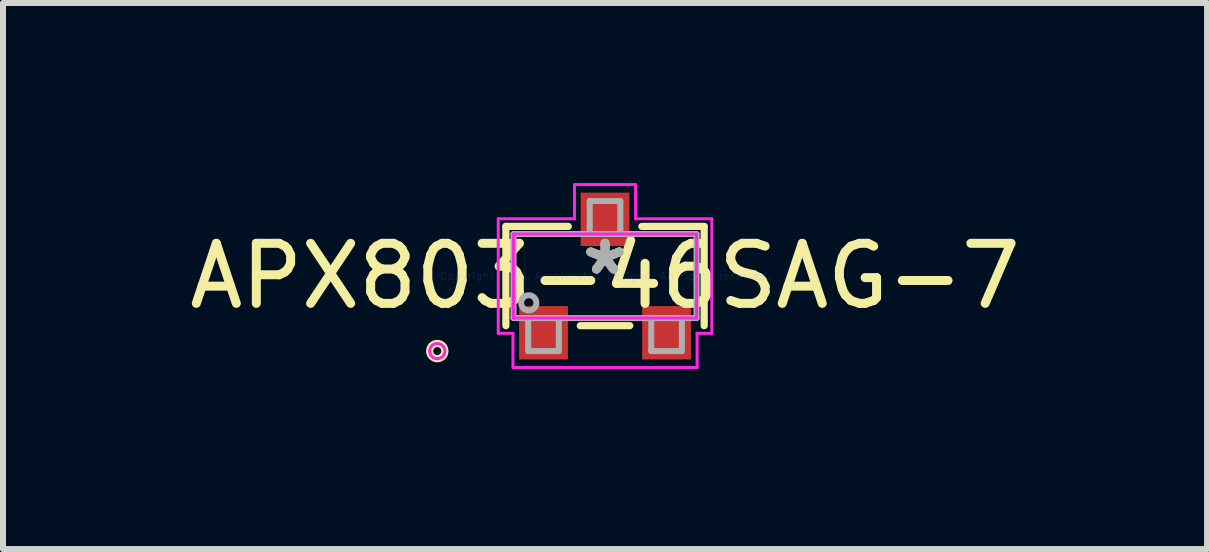
<source format=kicad_pcb>
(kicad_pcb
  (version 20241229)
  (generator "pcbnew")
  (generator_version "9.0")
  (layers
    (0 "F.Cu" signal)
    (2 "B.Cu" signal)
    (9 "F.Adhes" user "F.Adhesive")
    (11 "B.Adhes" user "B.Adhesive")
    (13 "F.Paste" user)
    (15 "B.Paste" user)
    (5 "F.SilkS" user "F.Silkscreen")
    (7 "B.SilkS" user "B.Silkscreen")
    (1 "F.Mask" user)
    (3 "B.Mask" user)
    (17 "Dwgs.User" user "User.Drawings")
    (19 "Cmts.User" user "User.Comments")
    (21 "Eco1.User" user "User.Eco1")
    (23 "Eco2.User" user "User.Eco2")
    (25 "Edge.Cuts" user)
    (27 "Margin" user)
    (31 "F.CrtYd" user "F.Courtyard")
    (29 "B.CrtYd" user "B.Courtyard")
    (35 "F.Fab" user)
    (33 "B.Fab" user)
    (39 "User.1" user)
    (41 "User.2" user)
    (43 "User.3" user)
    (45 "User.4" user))
  (footprint "APX803-46SAG-7"
    (layer "F.Cu")
    (at 7.03 1.549)
    (property "Reference" "APX803-46SAG-7" (at 0 0 0) (layer "F.SilkS") (effects (font (size 1 1) (thickness 0.15))))
    (attr through_hole)
    (fp_line (start -1.652 -0.827) (end -1.652 0.827) (stroke (width 0.12) (type solid)) (layer "F.SilkS"))
    (fp_line (start -0.613 -0.827) (end -1.652 -0.827) (stroke (width 0.12) (type solid)) (layer "F.SilkS"))
    (fp_line (start -0.412 0.827) (end 0.412 0.827) (stroke (width 0.12) (type solid)) (layer "F.SilkS"))
    (fp_line (start 1.652 -0.827) (end 0.613 -0.827) (stroke (width 0.12) (type solid)) (layer "F.SilkS"))
    (fp_line (start 1.652 0.827) (end 1.652 -0.827) (stroke (width 0.12) (type solid)) (layer "F.SilkS"))
    (fp_circle (center -2.795 1.25) (end -2.668 1.25) (stroke (width 0.12) (type solid)) (fill no) (layer "F.SilkS"))
    (fp_line (start -1.779 -0.954) (end -0.509 -0.954) (stroke (width 0.05) (type solid)) (layer "F.CrtYd"))
    (fp_line (start -1.779 0.954) (end -1.779 -0.954) (stroke (width 0.05) (type solid)) (layer "F.CrtYd"))
    (fp_line (start -1.534 0.954) (end -1.779 0.954) (stroke (width 0.05) (type solid)) (layer "F.CrtYd"))
    (fp_line (start -1.534 1.524) (end -1.534 0.954) (stroke (width 0.05) (type solid)) (layer "F.CrtYd"))
    (fp_line (start -1.525 -0.7) (end 1.525 -0.7) (stroke (width 0.05) (type solid)) (layer "F.CrtYd"))
    (fp_line (start -1.525 0.7) (end -1.525 -0.7) (stroke (width 0.05) (type solid)) (layer "F.CrtYd"))
    (fp_line (start -0.509 -1.524) (end 0.508 -1.524) (stroke (width 0.05) (type solid)) (layer "F.CrtYd"))
    (fp_line (start -0.509 -0.954) (end -0.509 -1.524) (stroke (width 0.05) (type solid)) (layer "F.CrtYd"))
    (fp_line (start 0.508 -1.524) (end 0.509 -0.954) (stroke (width 0.05) (type solid)) (layer "F.CrtYd"))
    (fp_line (start 0.509 -0.954) (end 1.779 -0.954) (stroke (width 0.05) (type solid)) (layer "F.CrtYd"))
    (fp_line (start 1.525 -0.7) (end 1.525 0.7) (stroke (width 0.05) (type solid)) (layer "F.CrtYd"))
    (fp_line (start 1.525 0.7) (end -1.525 0.7) (stroke (width 0.05) (type solid)) (layer "F.CrtYd"))
    (fp_line (start 1.534 0.954) (end 1.534 1.524) (stroke (width 0.05) (type solid)) (layer "F.CrtYd"))
    (fp_line (start 1.534 1.524) (end -1.534 1.524) (stroke (width 0.05) (type solid)) (layer "F.CrtYd"))
    (fp_line (start 1.779 -0.954) (end 1.779 0.954) (stroke (width 0.05) (type solid)) (layer "F.CrtYd"))
    (fp_line (start 1.779 0.954) (end 1.534 0.954) (stroke (width 0.05) (type solid)) (layer "F.CrtYd"))
    (fp_circle (center -2.795 1.25) (end -2.668 1.25) (stroke (width 0.05) (type solid)) (fill no) (layer "F.CrtYd"))
    (fp_line (start -1.525 -0.7) (end -1.525 0.7) (stroke (width 0.1) (type solid)) (layer "F.Fab"))
    (fp_line (start -1.525 0.7) (end 1.525 0.7) (stroke (width 0.1) (type solid)) (layer "F.Fab"))
    (fp_line (start -1.28 0.7) (end -1.28 1.25) (stroke (width 0.1) (type solid)) (layer "F.Fab"))
    (fp_line (start -1.28 1.25) (end -0.77 1.25) (stroke (width 0.1) (type solid)) (layer "F.Fab"))
    (fp_line (start -0.77 0.7) (end -1.28 0.7) (stroke (width 0.1) (type solid)) (layer "F.Fab"))
    (fp_line (start -0.77 1.25) (end -0.77 0.7) (stroke (width 0.1) (type solid)) (layer "F.Fab"))
    (fp_line (start -0.255 -1.25) (end -0.255 -0.7) (stroke (width 0.1) (type solid)) (layer "F.Fab"))
    (fp_line (start -0.255 -0.7) (end 0.255 -0.7) (stroke (width 0.1) (type solid)) (layer "F.Fab"))
    (fp_line (start 0.255 -1.25) (end -0.255 -1.25) (stroke (width 0.1) (type solid)) (layer "F.Fab"))
    (fp_line (start 0.255 -0.7) (end 0.255 -1.25) (stroke (width 0.1) (type solid)) (layer "F.Fab"))
    (fp_line (start 0.77 0.7) (end 0.77 1.25) (stroke (width 0.1) (type solid)) (layer "F.Fab"))
    (fp_line (start 0.77 1.25) (end 1.28 1.25) (stroke (width 0.1) (type solid)) (layer "F.Fab"))
    (fp_line (start 1.28 0.7) (end 0.77 0.7) (stroke (width 0.1) (type solid)) (layer "F.Fab"))
    (fp_line (start 1.28 1.25) (end 1.28 0.7) (stroke (width 0.1) (type solid)) (layer "F.Fab"))
    (fp_line (start 1.525 -0.7) (end -1.525 -0.7) (stroke (width 0.1) (type solid)) (layer "F.Fab"))
    (fp_line (start 1.525 0.7) (end 1.525 -0.7) (stroke (width 0.1) (type solid)) (layer "F.Fab"))
    (fp_circle (center -1.271 0.446) (end -1.144 0.446) (stroke (width 0.1) (type solid)) (fill no) (layer "F.Fab"))
    (fp_text user "*" (at 0 0 0) (layer "F.SilkS") (effects (font (size 1 1) (thickness 0.15))))
    (fp_text user "Copyright 2021 Accelerated Designs. All rights reserved." (at 0 0 0) (layer "Cmts.User") (effects (font (size 0.127 0.127) (thickness 0.002))))
    (fp_text user "*" (at 0 0 0) (layer "F.Fab") (effects (font (size 1 1) (thickness 0.15))))
    (pad "1" smd rect (at -1.025 0.945) (size 0.813 0.889) (layers "F.Cu" "F.Mask" "F.Paste"))
    (pad "2" smd rect (at 1.025 0.945) (size 0.813 0.889) (layers "F.Cu" "F.Mask" "F.Paste"))
    (pad "3" smd rect (at 0 -0.945) (size 0.813 0.889) (layers "F.Cu" "F.Mask" "F.Paste")))
  (gr_rect
    (start -3 -3)
    (end 17.06 6.098)
    (stroke (width 0.1) (type default))
    (fill no)
    (layer "Edge.Cuts")))
</source>
